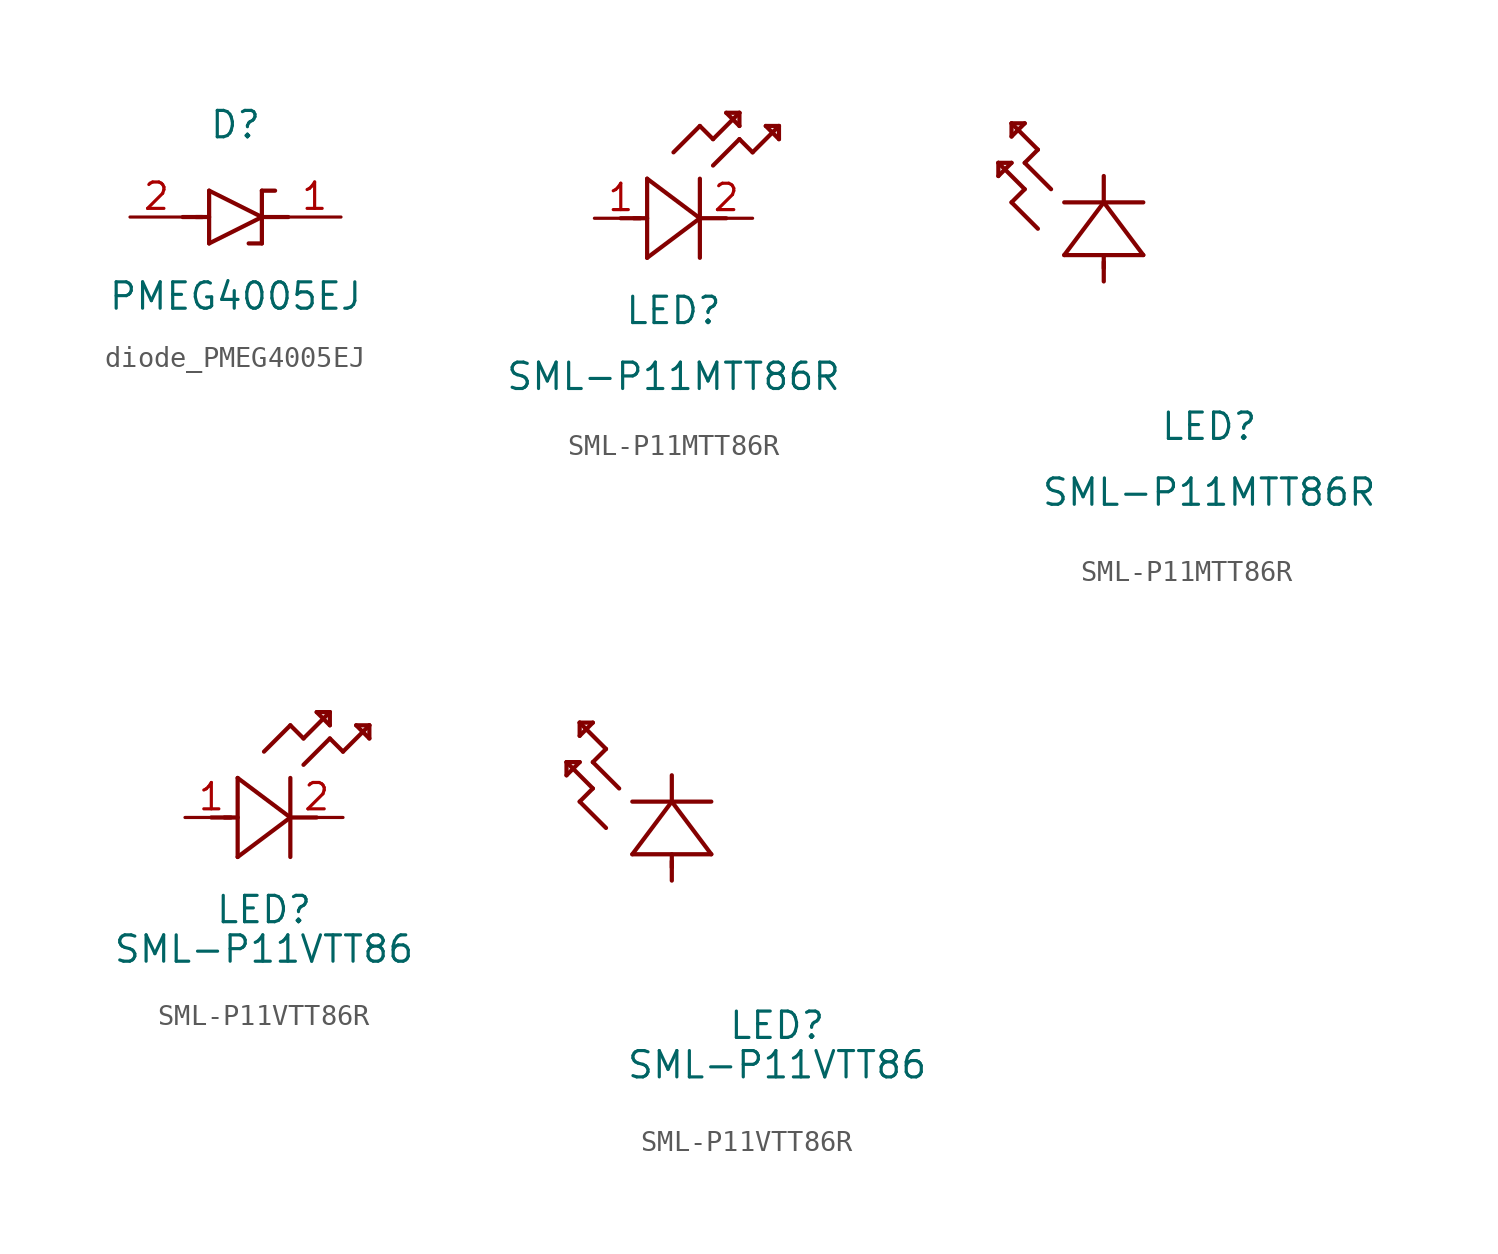
<source format=kicad_sym>
(kicad_symbol_lib
  (version 20220914)
  (generator kicad_symbol_editor)
  (symbol "diode_PMEG4005EJ"
    (pin_names
      (offset 0.254))
    (property "Reference" "D"
      (at 0 4.445 0)
      (effects (font (size 1.27 1.27))))
    (property "Value" "PMEG4005EJ"
      (at 0 -3.81 0)
      (effects (font (size 1.27 1.27))))
    (symbol "diode_PMEG4005EJ_0_1"
      (polyline (pts (xy -2.54 0) (xy -1.6 0)) (stroke (width 0.203) (type default)) (fill (type none)))
      (polyline (pts (xy -1.905 0) (xy -1.27 0)) (stroke (width 0.203) (type default)) (fill (type none)))
      (polyline (pts (xy -1.27 -1.27) (xy 1.27 0)) (stroke (width 0.203) (type default)) (fill (type none)))
      (polyline (pts (xy -1.27 1.27) (xy -1.27 -1.27)) (stroke (width 0.203) (type default)) (fill (type none)))
      (polyline (pts (xy 1.27 -1.27) (xy 0.635 -1.27)) (stroke (width 0.203) (type default)) (fill (type none)))
      (polyline (pts (xy 1.27 -1.27) (xy 1.27 1.27)) (stroke (width 0.203) (type default)) (fill (type none)))
      (polyline (pts (xy 1.27 0) (xy -1.27 1.27)) (stroke (width 0.203) (type default)) (fill (type none)))
      (polyline (pts (xy 1.27 0) (xy 2.54 0)) (stroke (width 0.203) (type default)) (fill (type none)))
      (polyline (pts (xy 1.27 1.27) (xy 1.905 1.27)) (stroke (width 0.203) (type default)) (fill (type none))))
    (symbol "diode_PMEG4005EJ_1_1"
      (pin passive line (at 5.08 0 180) (length 2.54) (name "" (effects (font (size 1.27 1.27)))) (number "1" (effects (font (size 1.27 1.27)))))
      (pin passive line (at -5.08 0 0) (length 2.54) (name "" (effects (font (size 1.27 1.27)))) (number "2" (effects (font (size 1.27 1.27)))))))
  (symbol "SML-P11MTT86R"
    (pin_names
      (offset 0.254))
    (property "Reference" "LED"
      (at 0 -4.445 0)
      (effects (font (size 1.27 1.27))))
    (property "Value" "SML-P11MTT86R"
      (at 0 -7.62 0)
      (effects (font (size 1.27 1.27))))
    (symbol "SML-P11MTT86R_1_1"
      (polyline (pts (xy -2.54 0) (xy -1.6 0)) (stroke (width 0.203) (type default)) (fill (type none)))
      (polyline (pts (xy -1.905 0) (xy -1.27 0)) (stroke (width 0.203) (type default)) (fill (type none)))
      (polyline (pts (xy -1.27 -1.905) (xy 1.27 0)) (stroke (width 0.203) (type default)) (fill (type none)))
      (polyline (pts (xy -1.27 1.905) (xy -1.27 -1.905)) (stroke (width 0.203) (type default)) (fill (type none)))
      (polyline (pts (xy 0 3.175) (xy 1.27 4.445)) (stroke (width 0.203) (type default)) (fill (type none)))
      (polyline (pts (xy 1.27 -1.905) (xy 1.27 1.905)) (stroke (width 0.203) (type default)) (fill (type none)))
      (polyline (pts (xy 1.27 0) (xy -1.27 1.905)) (stroke (width 0.203) (type default)) (fill (type none)))
      (polyline (pts (xy 1.27 0) (xy 2.54 0)) (stroke (width 0.203) (type default)) (fill (type none)))
      (polyline (pts (xy 1.27 4.445) (xy 1.905 3.81)) (stroke (width 0.203) (type default)) (fill (type none)))
      (polyline (pts (xy 1.905 2.54) (xy 3.175 3.81)) (stroke (width 0.203) (type default)) (fill (type none)))
      (polyline (pts (xy 1.905 3.81) (xy 3.175 5.08)) (stroke (width 0.203) (type default)) (fill (type none)))
      (polyline (pts (xy 2.54 5.08) (xy 3.175 4.445)) (stroke (width 0.203) (type default)) (fill (type none)))
      (polyline (pts (xy 3.175 3.81) (xy 3.81 3.175)) (stroke (width 0.203) (type default)) (fill (type none)))
      (polyline (pts (xy 3.175 4.445) (xy 3.175 5.08)) (stroke (width 0.203) (type default)) (fill (type none)))
      (polyline (pts (xy 3.175 5.08) (xy 2.54 5.08)) (stroke (width 0.203) (type default)) (fill (type none)))
      (polyline (pts (xy 3.81 3.175) (xy 5.08 4.445)) (stroke (width 0.203) (type default)) (fill (type none)))
      (polyline (pts (xy 4.445 4.445) (xy 5.08 3.81)) (stroke (width 0.203) (type default)) (fill (type none)))
      (polyline (pts (xy 5.08 3.81) (xy 5.08 4.445)) (stroke (width 0.203) (type default)) (fill (type none)))
      (polyline (pts (xy 5.08 4.445) (xy 4.445 4.445)) (stroke (width 0.203) (type default)) (fill (type none)))
      (pin passive line (at -3.81 0 0) (length 2.54) (name "" (effects (font (size 1.27 1.27)))) (number "1" (effects (font (size 1.27 1.27)))))
      (pin passive line (at 3.81 0 180) (length 2.54) (name "" (effects (font (size 1.27 1.27)))) (number "2" (effects (font (size 1.27 1.27))))))
    (symbol "SML-P11MTT86R_1_2"
      (polyline (pts (xy -10.16 7.62) (xy -9.525 8.255)) (stroke (width 0.203) (type default)) (fill (type none)))
      (polyline (pts (xy -10.16 8.255) (xy -10.16 7.62)) (stroke (width 0.203) (type default)) (fill (type none)))
      (polyline (pts (xy -9.525 6.35) (xy -8.89 6.985)) (stroke (width 0.203) (type default)) (fill (type none)))
      (polyline (pts (xy -9.525 8.255) (xy -10.16 8.255)) (stroke (width 0.203) (type default)) (fill (type none)))
      (polyline (pts (xy -9.525 9.525) (xy -8.89 10.16)) (stroke (width 0.203) (type default)) (fill (type none)))
      (polyline (pts (xy -9.525 10.16) (xy -9.525 9.525)) (stroke (width 0.203) (type default)) (fill (type none)))
      (polyline (pts (xy -8.89 6.985) (xy -10.16 8.255)) (stroke (width 0.203) (type default)) (fill (type none)))
      (polyline (pts (xy -8.89 8.255) (xy -8.255 8.89)) (stroke (width 0.203) (type default)) (fill (type none)))
      (polyline (pts (xy -8.89 10.16) (xy -9.525 10.16)) (stroke (width 0.203) (type default)) (fill (type none)))
      (polyline (pts (xy -8.255 5.08) (xy -9.525 6.35)) (stroke (width 0.203) (type default)) (fill (type none)))
      (polyline (pts (xy -8.255 8.89) (xy -9.525 10.16)) (stroke (width 0.203) (type default)) (fill (type none)))
      (polyline (pts (xy -7.62 6.985) (xy -8.89 8.255)) (stroke (width 0.203) (type default)) (fill (type none)))
      (polyline (pts (xy -6.985 3.81) (xy -3.175 3.81)) (stroke (width 0.203) (type default)) (fill (type none)))
      (polyline (pts (xy -5.08 2.54) (xy -5.08 3.48)) (stroke (width 0.203) (type default)) (fill (type none)))
      (polyline (pts (xy -5.08 3.175) (xy -5.08 3.81)) (stroke (width 0.203) (type default)) (fill (type none)))
      (polyline (pts (xy -5.08 6.35) (xy -6.985 3.81)) (stroke (width 0.203) (type default)) (fill (type none)))
      (polyline (pts (xy -5.08 6.35) (xy -5.08 7.62)) (stroke (width 0.203) (type default)) (fill (type none)))
      (polyline (pts (xy -3.175 3.81) (xy -5.08 6.35)) (stroke (width 0.203) (type default)) (fill (type none)))
      (polyline (pts (xy -3.175 6.35) (xy -6.985 6.35)) (stroke (width 0.203) (type default)) (fill (type none)))))
  (symbol "SML-P11VTT86R"
    (pin_names
      (offset 0.254))
    (property "Reference" "LED"
      (at 0 -4.445 0)
      (effects (font (size 1.27 1.27))))
    (property "Value" "SML-P11VTT86"
      (at 0 -6.35 0)
      (effects (font (size 1.27 1.27))))
    (symbol "SML-P11VTT86R_1_1"
      (polyline (pts (xy -2.54 0) (xy -1.6 0)) (stroke (width 0.203) (type default)) (fill (type none)))
      (polyline (pts (xy -1.905 0) (xy -1.27 0)) (stroke (width 0.203) (type default)) (fill (type none)))
      (polyline (pts (xy -1.27 -1.905) (xy 1.27 0)) (stroke (width 0.203) (type default)) (fill (type none)))
      (polyline (pts (xy -1.27 1.905) (xy -1.27 -1.905)) (stroke (width 0.203) (type default)) (fill (type none)))
      (polyline (pts (xy 0 3.175) (xy 1.27 4.445)) (stroke (width 0.203) (type default)) (fill (type none)))
      (polyline (pts (xy 1.27 -1.905) (xy 1.27 1.905)) (stroke (width 0.203) (type default)) (fill (type none)))
      (polyline (pts (xy 1.27 0) (xy -1.27 1.905)) (stroke (width 0.203) (type default)) (fill (type none)))
      (polyline (pts (xy 1.27 0) (xy 2.54 0)) (stroke (width 0.203) (type default)) (fill (type none)))
      (polyline (pts (xy 1.27 4.445) (xy 1.905 3.81)) (stroke (width 0.203) (type default)) (fill (type none)))
      (polyline (pts (xy 1.905 2.54) (xy 3.175 3.81)) (stroke (width 0.203) (type default)) (fill (type none)))
      (polyline (pts (xy 1.905 3.81) (xy 3.175 5.08)) (stroke (width 0.203) (type default)) (fill (type none)))
      (polyline (pts (xy 2.54 5.08) (xy 3.175 4.445)) (stroke (width 0.203) (type default)) (fill (type none)))
      (polyline (pts (xy 3.175 3.81) (xy 3.81 3.175)) (stroke (width 0.203) (type default)) (fill (type none)))
      (polyline (pts (xy 3.175 4.445) (xy 3.175 5.08)) (stroke (width 0.203) (type default)) (fill (type none)))
      (polyline (pts (xy 3.175 5.08) (xy 2.54 5.08)) (stroke (width 0.203) (type default)) (fill (type none)))
      (polyline (pts (xy 3.81 3.175) (xy 5.08 4.445)) (stroke (width 0.203) (type default)) (fill (type none)))
      (polyline (pts (xy 4.445 4.445) (xy 5.08 3.81)) (stroke (width 0.203) (type default)) (fill (type none)))
      (polyline (pts (xy 5.08 3.81) (xy 5.08 4.445)) (stroke (width 0.203) (type default)) (fill (type none)))
      (polyline (pts (xy 5.08 4.445) (xy 4.445 4.445)) (stroke (width 0.203) (type default)) (fill (type none)))
      (pin passive line (at -3.81 0 0) (length 2.54) (name "" (effects (font (size 1.27 1.27)))) (number "1" (effects (font (size 1.27 1.27)))))
      (pin passive line (at 3.81 0 180) (length 2.54) (name "" (effects (font (size 1.27 1.27)))) (number "2" (effects (font (size 1.27 1.27))))))
    (symbol "SML-P11VTT86R_1_2"
      (polyline (pts (xy -10.16 7.62) (xy -9.525 8.255)) (stroke (width 0.203) (type default)) (fill (type none)))
      (polyline (pts (xy -10.16 8.255) (xy -10.16 7.62)) (stroke (width 0.203) (type default)) (fill (type none)))
      (polyline (pts (xy -9.525 6.35) (xy -8.89 6.985)) (stroke (width 0.203) (type default)) (fill (type none)))
      (polyline (pts (xy -9.525 8.255) (xy -10.16 8.255)) (stroke (width 0.203) (type default)) (fill (type none)))
      (polyline (pts (xy -9.525 9.525) (xy -8.89 10.16)) (stroke (width 0.203) (type default)) (fill (type none)))
      (polyline (pts (xy -9.525 10.16) (xy -9.525 9.525)) (stroke (width 0.203) (type default)) (fill (type none)))
      (polyline (pts (xy -8.89 6.985) (xy -10.16 8.255)) (stroke (width 0.203) (type default)) (fill (type none)))
      (polyline (pts (xy -8.89 8.255) (xy -8.255 8.89)) (stroke (width 0.203) (type default)) (fill (type none)))
      (polyline (pts (xy -8.89 10.16) (xy -9.525 10.16)) (stroke (width 0.203) (type default)) (fill (type none)))
      (polyline (pts (xy -8.255 5.08) (xy -9.525 6.35)) (stroke (width 0.203) (type default)) (fill (type none)))
      (polyline (pts (xy -8.255 8.89) (xy -9.525 10.16)) (stroke (width 0.203) (type default)) (fill (type none)))
      (polyline (pts (xy -7.62 6.985) (xy -8.89 8.255)) (stroke (width 0.203) (type default)) (fill (type none)))
      (polyline (pts (xy -6.985 3.81) (xy -3.175 3.81)) (stroke (width 0.203) (type default)) (fill (type none)))
      (polyline (pts (xy -5.08 2.54) (xy -5.08 3.48)) (stroke (width 0.203) (type default)) (fill (type none)))
      (polyline (pts (xy -5.08 3.175) (xy -5.08 3.81)) (stroke (width 0.203) (type default)) (fill (type none)))
      (polyline (pts (xy -5.08 6.35) (xy -6.985 3.81)) (stroke (width 0.203) (type default)) (fill (type none)))
      (polyline (pts (xy -5.08 6.35) (xy -5.08 7.62)) (stroke (width 0.203) (type default)) (fill (type none)))
      (polyline (pts (xy -3.175 3.81) (xy -5.08 6.35)) (stroke (width 0.203) (type default)) (fill (type none)))
      (polyline (pts (xy -3.175 6.35) (xy -6.985 6.35)) (stroke (width 0.203) (type default)) (fill (type none))))))
</source>
